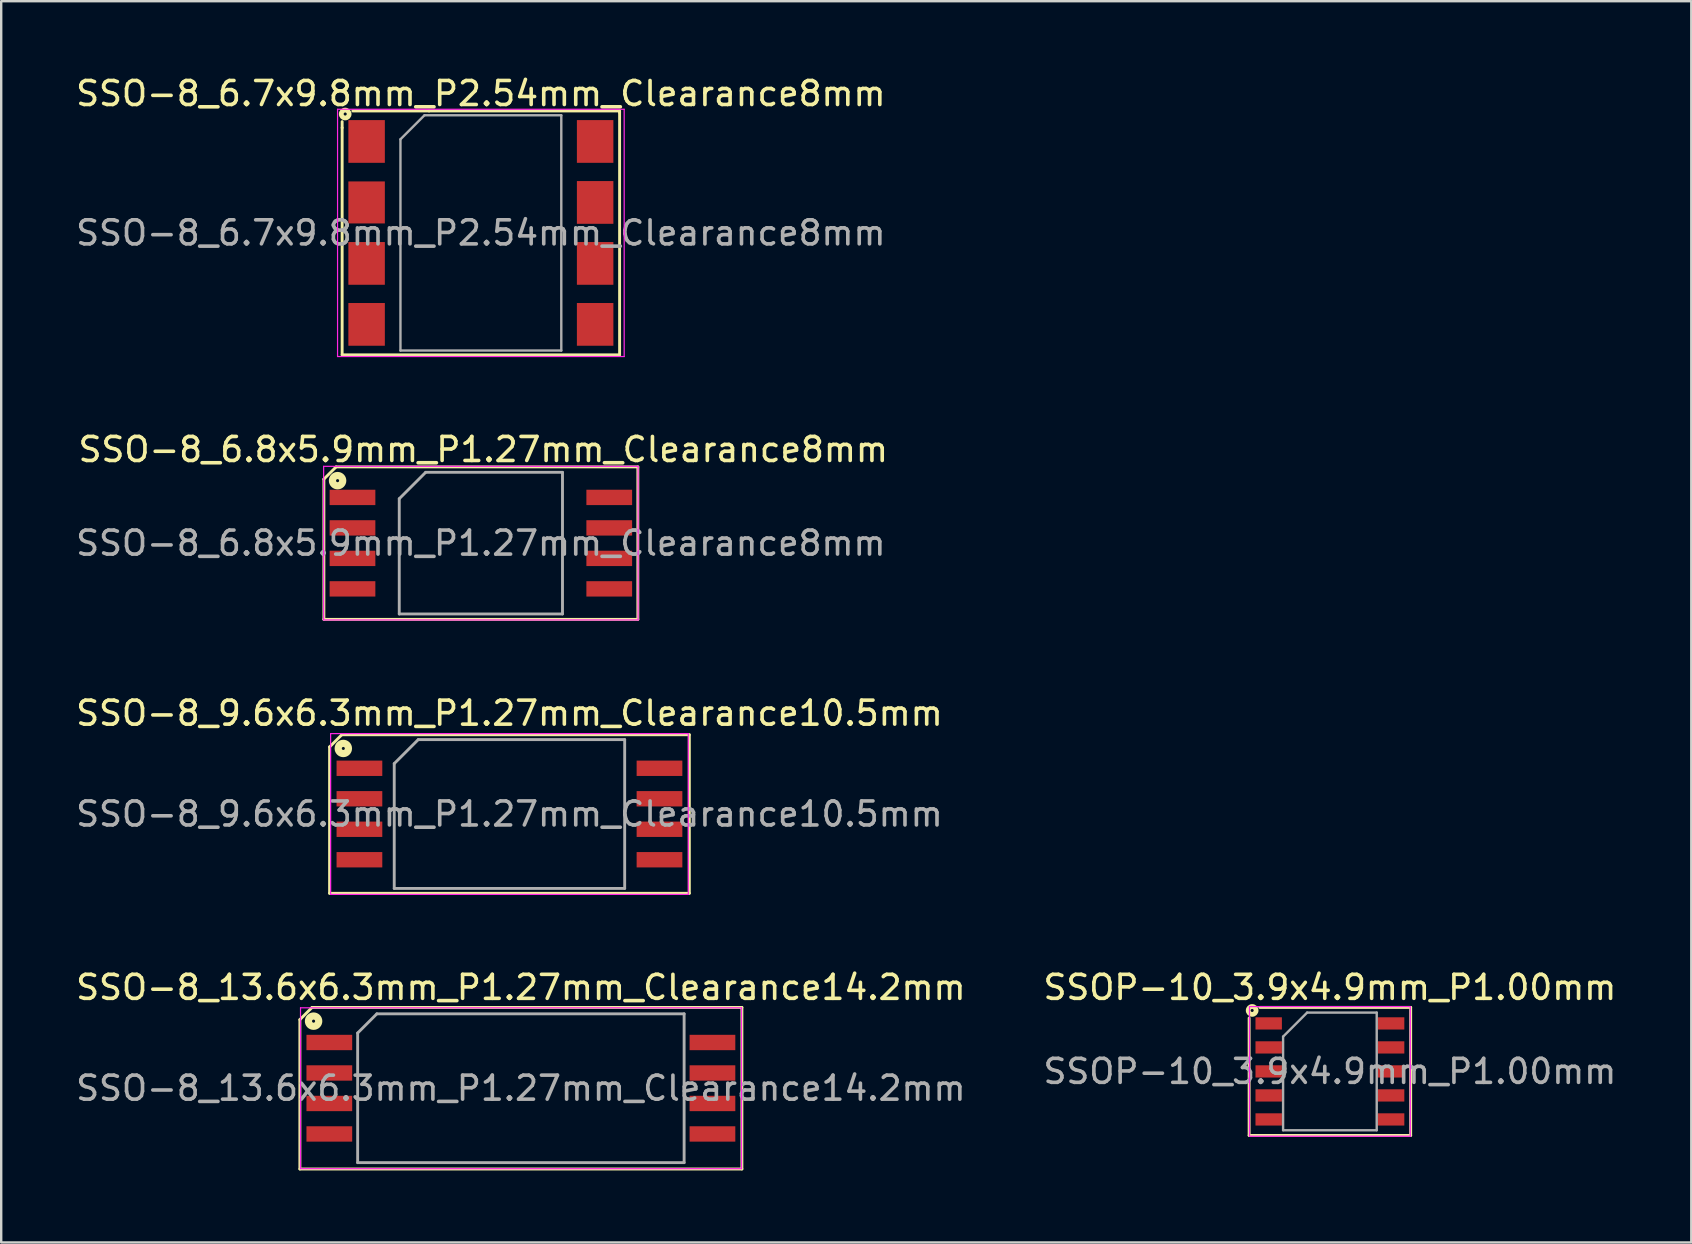
<source format=kicad_pcb>
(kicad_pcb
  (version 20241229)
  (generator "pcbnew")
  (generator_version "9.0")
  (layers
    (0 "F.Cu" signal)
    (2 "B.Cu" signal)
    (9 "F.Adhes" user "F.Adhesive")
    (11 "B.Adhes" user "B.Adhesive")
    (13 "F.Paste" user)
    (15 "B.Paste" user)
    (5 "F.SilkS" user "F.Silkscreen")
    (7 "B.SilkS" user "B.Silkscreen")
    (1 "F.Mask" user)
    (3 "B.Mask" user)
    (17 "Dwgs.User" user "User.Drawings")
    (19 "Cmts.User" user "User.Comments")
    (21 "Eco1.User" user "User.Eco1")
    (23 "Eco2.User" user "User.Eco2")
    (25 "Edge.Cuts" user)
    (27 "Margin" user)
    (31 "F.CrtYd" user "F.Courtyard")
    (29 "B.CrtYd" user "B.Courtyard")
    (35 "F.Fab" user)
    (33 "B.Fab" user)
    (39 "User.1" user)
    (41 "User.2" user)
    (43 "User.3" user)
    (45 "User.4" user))
  (footprint "SSO-8_6.8x5.9mm_P1.27mm_Clearance8mm"
    (layer "F.Cu")
    (at 16.982 19.576)
    (property "Reference" "SSO-8_6.8x5.9mm_P1.27mm_Clearance8mm" (at 0.1 -3.9 0) (layer "F.SilkS") (effects (font (size 1 1) (thickness 0.15))))
    (attr smd)
    (fp_line (start -6.54 -2.667) (end -6.54 3.175) (stroke (width 0.12) (type solid)) (layer "F.SilkS"))
    (fp_line (start -6.54 -2.667) (end -6.032 -3.175) (stroke (width 0.12) (type solid)) (layer "F.SilkS"))
    (fp_line (start -6.54 3.175) (end 6.54 3.175) (stroke (width 0.12) (type solid)) (layer "F.SilkS"))
    (fp_line (start 6.54 -3.175) (end -6.032 -3.175) (stroke (width 0.12) (type solid)) (layer "F.SilkS"))
    (fp_line (start 6.54 3.175) (end 6.54 -3.175) (stroke (width 0.12) (type solid)) (layer "F.SilkS"))
    (fp_circle (center -5.969 -2.603) (end -5.905 -2.603) (stroke (width 0.3) (type solid)) (fill no) (layer "F.SilkS"))
    (fp_line (start -6.55 -3.2) (end -6.55 3.2) (stroke (width 0.05) (type solid)) (layer "F.CrtYd"))
    (fp_line (start -6.55 -3.2) (end 6.55 -3.2) (stroke (width 0.05) (type solid)) (layer "F.CrtYd"))
    (fp_line (start 6.55 3.2) (end -6.55 3.2) (stroke (width 0.05) (type solid)) (layer "F.CrtYd"))
    (fp_line (start 6.55 3.2) (end 6.55 -3.2) (stroke (width 0.05) (type solid)) (layer "F.CrtYd"))
    (fp_line (start -3.4 -1.85) (end -3.4 2.95) (stroke (width 0.12) (type solid)) (layer "F.Fab"))
    (fp_line (start -3.4 2.95) (end 3.4 2.95) (stroke (width 0.12) (type solid)) (layer "F.Fab"))
    (fp_line (start -2.3 -2.95) (end -3.4 -1.85) (stroke (width 0.12) (type solid)) (layer "F.Fab"))
    (fp_line (start 3.4 -2.95) (end -2.3 -2.95) (stroke (width 0.12) (type solid)) (layer "F.Fab"))
    (fp_line (start 3.4 2.95) (end 3.4 -2.95) (stroke (width 0.12) (type solid)) (layer "F.Fab"))
    (fp_text user "${REFERENCE}" (at 0 0 0) (layer "F.Fab") (effects (font (size 1 1) (thickness 0.15))))
    (pad "1" smd rect (at -5.348 -1.905) (size 1.905 0.64) (layers "F.Cu" "F.Mask" "F.Paste"))
    (pad "2" smd rect (at -5.348 -0.635) (size 1.905 0.64) (layers "F.Cu" "F.Mask" "F.Paste"))
    (pad "3" smd rect (at -5.348 0.635) (size 1.905 0.64) (layers "F.Cu" "F.Mask" "F.Paste"))
    (pad "4" smd rect (at -5.348 1.905) (size 1.905 0.64) (layers "F.Cu" "F.Mask" "F.Paste"))
    (pad "5" smd rect (at 5.348 1.905) (size 1.905 0.64) (layers "F.Cu" "F.Mask" "F.Paste"))
    (pad "6" smd rect (at 5.348 0.635) (size 1.905 0.64) (layers "F.Cu" "F.Mask" "F.Paste"))
    (pad "7" smd rect (at 5.348 -0.635) (size 1.905 0.64) (layers "F.Cu" "F.Mask" "F.Paste"))
    (pad "8" smd rect (at 5.348 -1.905) (size 1.905 0.64) (layers "F.Cu" "F.Mask" "F.Paste")))
  (footprint "SSO-8_13.6x6.3mm_P1.27mm_Clearance14.2mm"
    (layer "F.Cu")
    (at 18.649 42.283)
    (property "Reference" "SSO-8_13.6x6.3mm_P1.27mm_Clearance14.2mm" (at 0 -4.2 0) (layer "F.SilkS") (effects (font (size 1 1) (thickness 0.15))))
    (attr smd)
    (fp_line (start -9.207 -2.857) (end -9.207 3.365) (stroke (width 0.12) (type solid)) (layer "F.SilkS"))
    (fp_line (start -9.207 -2.857) (end -8.7 -3.365) (stroke (width 0.12) (type solid)) (layer "F.SilkS"))
    (fp_line (start -9.207 3.365) (end 9.207 3.365) (stroke (width 0.12) (type solid)) (layer "F.SilkS"))
    (fp_line (start 9.207 -3.365) (end -8.7 -3.365) (stroke (width 0.12) (type solid)) (layer "F.SilkS"))
    (fp_line (start 9.207 3.365) (end 9.207 -3.365) (stroke (width 0.12) (type solid)) (layer "F.SilkS"))
    (fp_circle (center -8.636 -2.794) (end -8.572 -2.794) (stroke (width 0.3) (type solid)) (fill no) (layer "F.SilkS"))
    (fp_line (start -9.18 -3.35) (end -9.18 3.35) (stroke (width 0.05) (type solid)) (layer "F.CrtYd"))
    (fp_line (start -9.18 -3.35) (end 9.19 -3.35) (stroke (width 0.05) (type solid)) (layer "F.CrtYd"))
    (fp_line (start 9.19 3.35) (end -9.18 3.35) (stroke (width 0.05) (type solid)) (layer "F.CrtYd"))
    (fp_line (start 9.19 3.35) (end 9.19 -3.35) (stroke (width 0.05) (type solid)) (layer "F.CrtYd"))
    (fp_line (start -6.8 -2.3) (end -6.8 3.1) (stroke (width 0.12) (type solid)) (layer "F.Fab"))
    (fp_line (start -6.8 3.1) (end 6.8 3.1) (stroke (width 0.12) (type solid)) (layer "F.Fab"))
    (fp_line (start -6 -3.1) (end -6.8 -2.3) (stroke (width 0.12) (type solid)) (layer "F.Fab"))
    (fp_line (start 6.8 -3.1) (end -6 -3.1) (stroke (width 0.12) (type solid)) (layer "F.Fab"))
    (fp_line (start 6.8 3.1) (end 6.8 -3.1) (stroke (width 0.12) (type solid)) (layer "F.Fab"))
    (fp_text user "${REFERENCE}" (at 0 0 0) (layer "F.Fab") (effects (font (size 1 1) (thickness 0.15))))
    (pad "1" smd rect (at -7.98 -1.905) (size 1.905 0.64) (layers "F.Cu" "F.Mask" "F.Paste"))
    (pad "2" smd rect (at -7.98 -0.635) (size 1.905 0.64) (layers "F.Cu" "F.Mask" "F.Paste"))
    (pad "3" smd rect (at -7.98 0.635) (size 1.905 0.64) (layers "F.Cu" "F.Mask" "F.Paste"))
    (pad "4" smd rect (at -7.98 1.905) (size 1.905 0.64) (layers "F.Cu" "F.Mask" "F.Paste"))
    (pad "5" smd rect (at 7.98 1.905) (size 1.905 0.64) (layers "F.Cu" "F.Mask" "F.Paste"))
    (pad "6" smd rect (at 7.98 0.635) (size 1.905 0.64) (layers "F.Cu" "F.Mask" "F.Paste"))
    (pad "7" smd rect (at 7.98 -0.635) (size 1.905 0.64) (layers "F.Cu" "F.Mask" "F.Paste"))
    (pad "8" smd rect (at 7.98 -1.905) (size 1.905 0.64) (layers "F.Cu" "F.Mask" "F.Paste")))
  (footprint "SSO-8_6.7x9.8mm_P2.54mm_Clearance8mm"
    (layer "F.Cu")
    (at 16.982 6.653)
    (property "Reference" "SSO-8_6.7x9.8mm_P2.54mm_Clearance8mm" (at 0 -5.805 0) (layer "F.SilkS") (effects (font (size 1 1) (thickness 0.15))))
    (attr smd)
    (fp_line (start -5.779 -4.381) (end -5.779 -4.636) (stroke (width 0.12) (type solid)) (layer "F.SilkS"))
    (fp_line (start -5.779 -4.381) (end -5.779 5.08) (stroke (width 0.12) (type solid)) (layer "F.SilkS"))
    (fp_line (start -5.779 5.08) (end 5.779 5.08) (stroke (width 0.12) (type solid)) (layer "F.SilkS"))
    (fp_line (start -2.159 -5.08) (end -5.334 -5.08) (stroke (width 0.12) (type solid)) (layer "F.SilkS"))
    (fp_line (start 5.779 -5.08) (end -2.159 -5.08) (stroke (width 0.12) (type solid)) (layer "F.SilkS"))
    (fp_line (start 5.779 -5.016) (end 5.779 -5.08) (stroke (width 0.12) (type solid)) (layer "F.SilkS"))
    (fp_line (start 5.779 5.08) (end 5.779 -5.016) (stroke (width 0.12) (type solid)) (layer "F.SilkS"))
    (fp_circle (center -5.652 -4.953) (end -5.588 -4.953) (stroke (width 0.2) (type solid)) (fill no) (layer "F.SilkS"))
    (fp_line (start -5.97 -5.15) (end -5.97 5.15) (stroke (width 0.05) (type solid)) (layer "F.CrtYd"))
    (fp_line (start -5.97 -5.15) (end 5.97 -5.15) (stroke (width 0.05) (type solid)) (layer "F.CrtYd"))
    (fp_line (start 5.97 5.15) (end -5.97 5.15) (stroke (width 0.05) (type solid)) (layer "F.CrtYd"))
    (fp_line (start 5.97 5.15) (end 5.97 -5.15) (stroke (width 0.05) (type solid)) (layer "F.CrtYd"))
    (fp_line (start -3.35 -3.9) (end -3.35 4.9) (stroke (width 0.1) (type solid)) (layer "F.Fab"))
    (fp_line (start -3.35 4.9) (end 3.35 4.9) (stroke (width 0.1) (type solid)) (layer "F.Fab"))
    (fp_line (start -2.35 -4.9) (end -3.35 -3.9) (stroke (width 0.1) (type solid)) (layer "F.Fab"))
    (fp_line (start 3.35 -4.9) (end -2.35 -4.9) (stroke (width 0.1) (type solid)) (layer "F.Fab"))
    (fp_line (start 3.35 4.9) (end 3.35 -4.9) (stroke (width 0.1) (type solid)) (layer "F.Fab"))
    (fp_text user "${REFERENCE}" (at 0 0 0) (layer "F.Fab") (effects (font (size 1 1) (thickness 0.15))))
    (pad "1" smd rect (at -4.76 -3.81) (size 1.52 1.78) (layers "F.Cu" "F.Mask" "F.Paste"))
    (pad "2" smd rect (at -4.76 -1.27) (size 1.52 1.75) (layers "F.Cu" "F.Mask" "F.Paste"))
    (pad "3" smd rect (at -4.76 1.27) (size 1.52 1.78) (layers "F.Cu" "F.Mask" "F.Paste"))
    (pad "4" smd rect (at -4.76 3.81) (size 1.52 1.78) (layers "F.Cu" "F.Mask" "F.Paste"))
    (pad "5" smd rect (at 4.76 3.81) (size 1.52 1.78) (layers "F.Cu" "F.Mask" "F.Paste"))
    (pad "6" smd rect (at 4.76 1.27) (size 1.52 1.78) (layers "F.Cu" "F.Mask" "F.Paste"))
    (pad "7" smd rect (at 4.76 -1.27) (size 1.52 1.78) (layers "F.Cu" "F.Mask" "F.Paste"))
    (pad "8" smd rect (at 4.76 -3.81) (size 1.52 1.78) (layers "F.Cu" "F.Mask" "F.Paste")))
  (footprint "SSO-8_9.6x6.3mm_P1.27mm_Clearance10.5mm"
    (layer "F.Cu")
    (at 18.173 30.86)
    (property "Reference" "SSO-8_9.6x6.3mm_P1.27mm_Clearance10.5mm" (at 0 -4.2 0) (layer "F.SilkS") (effects (font (size 1 1) (thickness 0.15))))
    (attr smd)
    (fp_line (start -7.493 -2.794) (end -7.493 3.302) (stroke (width 0.12) (type solid)) (layer "F.SilkS"))
    (fp_line (start -7.493 -2.794) (end -6.985 -3.302) (stroke (width 0.12) (type solid)) (layer "F.SilkS"))
    (fp_line (start -7.493 3.302) (end 7.493 3.302) (stroke (width 0.12) (type solid)) (layer "F.SilkS"))
    (fp_line (start 7.493 -3.302) (end -6.985 -3.302) (stroke (width 0.12) (type solid)) (layer "F.SilkS"))
    (fp_line (start 7.493 3.302) (end 7.493 -3.302) (stroke (width 0.12) (type solid)) (layer "F.SilkS"))
    (fp_circle (center -6.921 -2.731) (end -6.858 -2.731) (stroke (width 0.3) (type solid)) (fill no) (layer "F.SilkS"))
    (fp_line (start -7.45 -3.35) (end -7.45 3.35) (stroke (width 0.05) (type solid)) (layer "F.CrtYd"))
    (fp_line (start -7.45 -3.35) (end 7.45 -3.35) (stroke (width 0.05) (type solid)) (layer "F.CrtYd"))
    (fp_line (start 7.45 3.35) (end -7.45 3.35) (stroke (width 0.05) (type solid)) (layer "F.CrtYd"))
    (fp_line (start 7.45 3.35) (end 7.45 -3.35) (stroke (width 0.05) (type solid)) (layer "F.CrtYd"))
    (fp_line (start -4.8 -2.1) (end -4.8 3.1) (stroke (width 0.12) (type solid)) (layer "F.Fab"))
    (fp_line (start -4.8 3.1) (end 4.8 3.1) (stroke (width 0.12) (type solid)) (layer "F.Fab"))
    (fp_line (start -3.8 -3.1) (end -4.8 -2.1) (stroke (width 0.12) (type solid)) (layer "F.Fab"))
    (fp_line (start 4.8 -3.1) (end -3.8 -3.1) (stroke (width 0.12) (type solid)) (layer "F.Fab"))
    (fp_line (start 4.8 3.1) (end 4.8 -3.1) (stroke (width 0.12) (type solid)) (layer "F.Fab"))
    (fp_text user "${REFERENCE}" (at 0 0 0) (layer "F.Fab") (effects (font (size 1 1) (thickness 0.15))))
    (pad "1" smd rect (at -6.25 -1.905) (size 1.905 0.64) (layers "F.Cu" "F.Mask" "F.Paste"))
    (pad "2" smd rect (at -6.25 -0.635) (size 1.905 0.64) (layers "F.Cu" "F.Mask" "F.Paste"))
    (pad "3" smd rect (at -6.25 0.635) (size 1.905 0.64) (layers "F.Cu" "F.Mask" "F.Paste"))
    (pad "4" smd rect (at -6.25 1.905) (size 1.905 0.64) (layers "F.Cu" "F.Mask" "F.Paste"))
    (pad "5" smd rect (at 6.25 1.905) (size 1.905 0.64) (layers "F.Cu" "F.Mask" "F.Paste"))
    (pad "6" smd rect (at 6.25 0.635) (size 1.905 0.64) (layers "F.Cu" "F.Mask" "F.Paste"))
    (pad "7" smd rect (at 6.25 -0.635) (size 1.905 0.64) (layers "F.Cu" "F.Mask" "F.Paste"))
    (pad "8" smd rect (at 6.25 -1.905) (size 1.905 0.64) (layers "F.Cu" "F.Mask" "F.Paste")))
  (footprint "SSOP-10_3.9x4.9mm_P1.00mm"
    (layer "F.Cu")
    (at 52.351 41.583)
    (property "Reference" "SSOP-10_3.9x4.9mm_P1.00mm" (at 0 -3.5 0) (layer "F.SilkS") (effects (font (size 1 1) (thickness 0.15))))
    (attr smd)
    (fp_line (start -3.365 -2.223) (end -3.365 2.667) (stroke (width 0.12) (type solid)) (layer "F.SilkS"))
    (fp_line (start -3.365 2.667) (end 3.365 2.667) (stroke (width 0.12) (type solid)) (layer "F.SilkS"))
    (fp_line (start 3.365 -2.667) (end -2.921 -2.667) (stroke (width 0.12) (type solid)) (layer "F.SilkS"))
    (fp_line (start 3.365 2.667) (end 3.365 -2.667) (stroke (width 0.12) (type solid)) (layer "F.SilkS"))
    (fp_circle (center -3.239 -2.54) (end -3.175 -2.54) (stroke (width 0.2) (type solid)) (fill no) (layer "F.SilkS"))
    (fp_line (start -3.35 -2.7) (end -3.35 2.7) (stroke (width 0.05) (type solid)) (layer "F.CrtYd"))
    (fp_line (start -3.35 -2.7) (end 3.35 -2.7) (stroke (width 0.05) (type solid)) (layer "F.CrtYd"))
    (fp_line (start -3.35 2.7) (end 3.35 2.7) (stroke (width 0.05) (type solid)) (layer "F.CrtYd"))
    (fp_line (start 3.35 -2.7) (end 3.35 2.7) (stroke (width 0.05) (type solid)) (layer "F.CrtYd"))
    (fp_line (start -1.95 -1.45) (end -0.95 -2.45) (stroke (width 0.1) (type solid)) (layer "F.Fab"))
    (fp_line (start -1.95 2.45) (end -1.95 -1.45) (stroke (width 0.1) (type solid)) (layer "F.Fab"))
    (fp_line (start -0.95 -2.45) (end 1.95 -2.45) (stroke (width 0.1) (type solid)) (layer "F.Fab"))
    (fp_line (start 1.95 -2.45) (end 1.95 2.45) (stroke (width 0.1) (type solid)) (layer "F.Fab"))
    (fp_line (start 1.95 2.45) (end -1.95 2.45) (stroke (width 0.1) (type solid)) (layer "F.Fab"))
    (fp_text user "${REFERENCE}" (at 0 0 0) (layer "F.Fab") (effects (font (size 1 1) (thickness 0.15))))
    (pad "1" smd rect (at -2.55 -2) (size 1.1 0.51) (layers "F.Cu" "F.Mask" "F.Paste"))
    (pad "2" smd rect (at -2.55 -1) (size 1.1 0.51) (layers "F.Cu" "F.Mask" "F.Paste"))
    (pad "3" smd rect (at -2.55 0) (size 1.1 0.51) (layers "F.Cu" "F.Mask" "F.Paste"))
    (pad "4" smd rect (at -2.55 1) (size 1.1 0.51) (layers "F.Cu" "F.Mask" "F.Paste"))
    (pad "5" smd rect (at -2.55 2) (size 1.1 0.51) (layers "F.Cu" "F.Mask" "F.Paste"))
    (pad "6" smd rect (at 2.55 2) (size 1.1 0.51) (layers "F.Cu" "F.Mask" "F.Paste"))
    (pad "7" smd rect (at 2.55 1) (size 1.1 0.51) (layers "F.Cu" "F.Mask" "F.Paste"))
    (pad "8" smd rect (at 2.55 0) (size 1.1 0.51) (layers "F.Cu" "F.Mask" "F.Paste"))
    (pad "9" smd rect (at 2.55 -1) (size 1.1 0.51) (layers "F.Cu" "F.Mask" "F.Paste"))
    (pad "10" smd rect (at 2.55 -2) (size 1.1 0.51) (layers "F.Cu" "F.Mask" "F.Paste")))
  (gr_rect
    (start -3 -3)
    (end 67.405 48.709)
    (stroke (width 0.1) (type default))
    (fill no)
    (layer "Edge.Cuts")))
</source>
